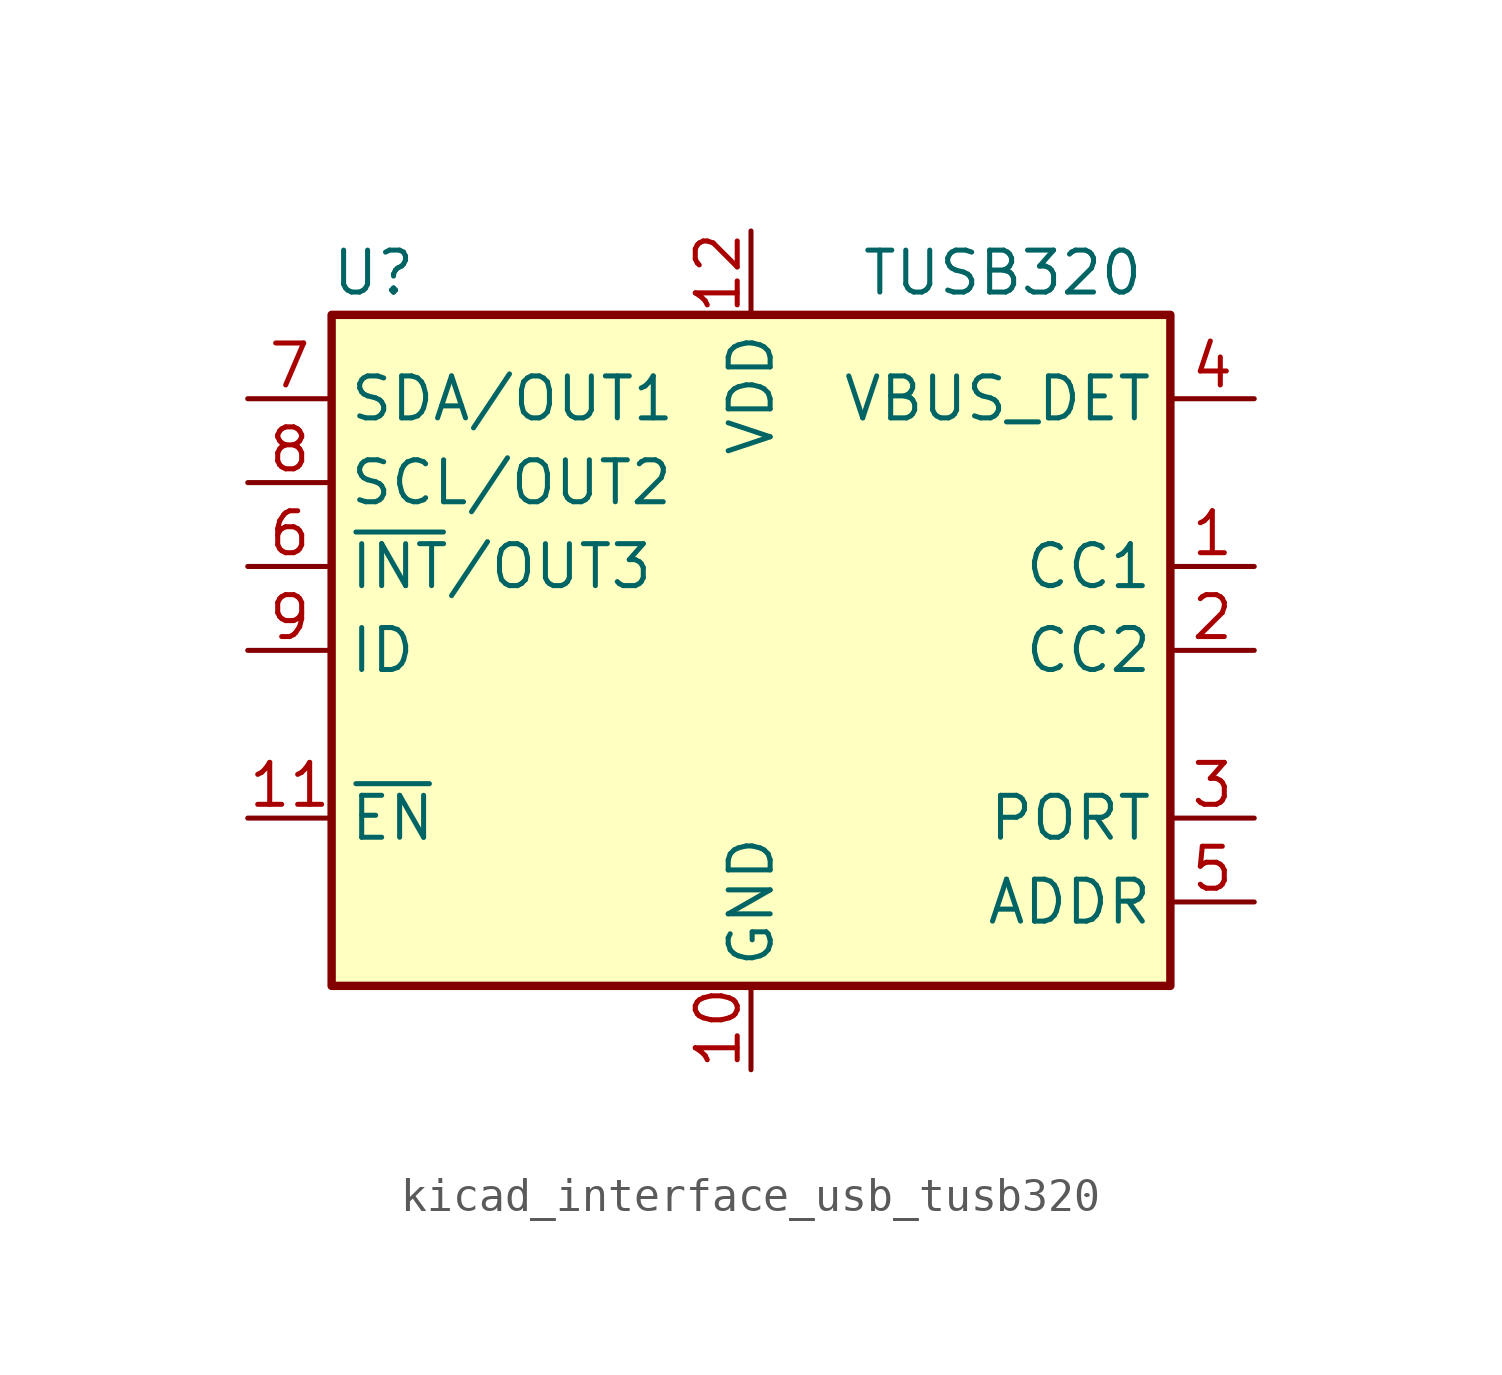
<source format=kicad_sym>
(kicad_symbol_lib
  (version 20220914)
  (generator kicad_symbol_editor)
  (symbol "kicad_interface_usb_tusb320"
    (property "Reference" "U"
      (at -11.43 11.43 0)
      (effects (font (size 1.27 1.27))))
    (property "Value" "TUSB320"
      (at 7.62 11.43 0)
      (effects (font (size 1.27 1.27))))
    (symbol "kicad_interface_usb_tusb320_0_1"
      (rectangle (start -12.7 10.16) (end 12.7 -10.16) (stroke (width 0.254) (type default)) (fill (type background))))
    (symbol "kicad_interface_usb_tusb320_1_1"
      (pin bidirectional line (at 15.24 2.54 180) (length 2.54) (name "CC1" (effects (font (size 1.27 1.27)))) (number "1" (effects (font (size 1.27 1.27)))))
      (pin power_in line (at 0 -12.7 90) (length 2.54) (name "GND" (effects (font (size 1.27 1.27)))) (number "10" (effects (font (size 1.27 1.27)))))
      (pin input line (at -15.24 -5.08 0) (length 2.54) (name "~{EN}" (effects (font (size 1.27 1.27)))) (number "11" (effects (font (size 1.27 1.27)))))
      (pin power_in line (at 0 12.7 270) (length 2.54) (name "VDD" (effects (font (size 1.27 1.27)))) (number "12" (effects (font (size 1.27 1.27)))))
      (pin bidirectional line (at 15.24 0 180) (length 2.54) (name "CC2" (effects (font (size 1.27 1.27)))) (number "2" (effects (font (size 1.27 1.27)))))
      (pin input line (at 15.24 -5.08 180) (length 2.54) (name "PORT" (effects (font (size 1.27 1.27)))) (number "3" (effects (font (size 1.27 1.27)))))
      (pin input line (at 15.24 7.62 180) (length 2.54) (name "VBUS_DET" (effects (font (size 1.27 1.27)))) (number "4" (effects (font (size 1.27 1.27)))))
      (pin input line (at 15.24 -7.62 180) (length 2.54) (name "ADDR" (effects (font (size 1.27 1.27)))) (number "5" (effects (font (size 1.27 1.27)))))
      (pin open_collector line (at -15.24 2.54 0) (length 2.54) (name "~{INT}/OUT3" (effects (font (size 1.27 1.27)))) (number "6" (effects (font (size 1.27 1.27)))))
      (pin bidirectional line (at -15.24 7.62 0) (length 2.54) (name "SDA/OUT1" (effects (font (size 1.27 1.27)))) (number "7" (effects (font (size 1.27 1.27)))))
      (pin bidirectional line (at -15.24 5.08 0) (length 2.54) (name "SCL/OUT2" (effects (font (size 1.27 1.27)))) (number "8" (effects (font (size 1.27 1.27)))))
      (pin open_collector line (at -15.24 0 0) (length 2.54) (name "ID" (effects (font (size 1.27 1.27)))) (number "9" (effects (font (size 1.27 1.27))))))))
</source>
